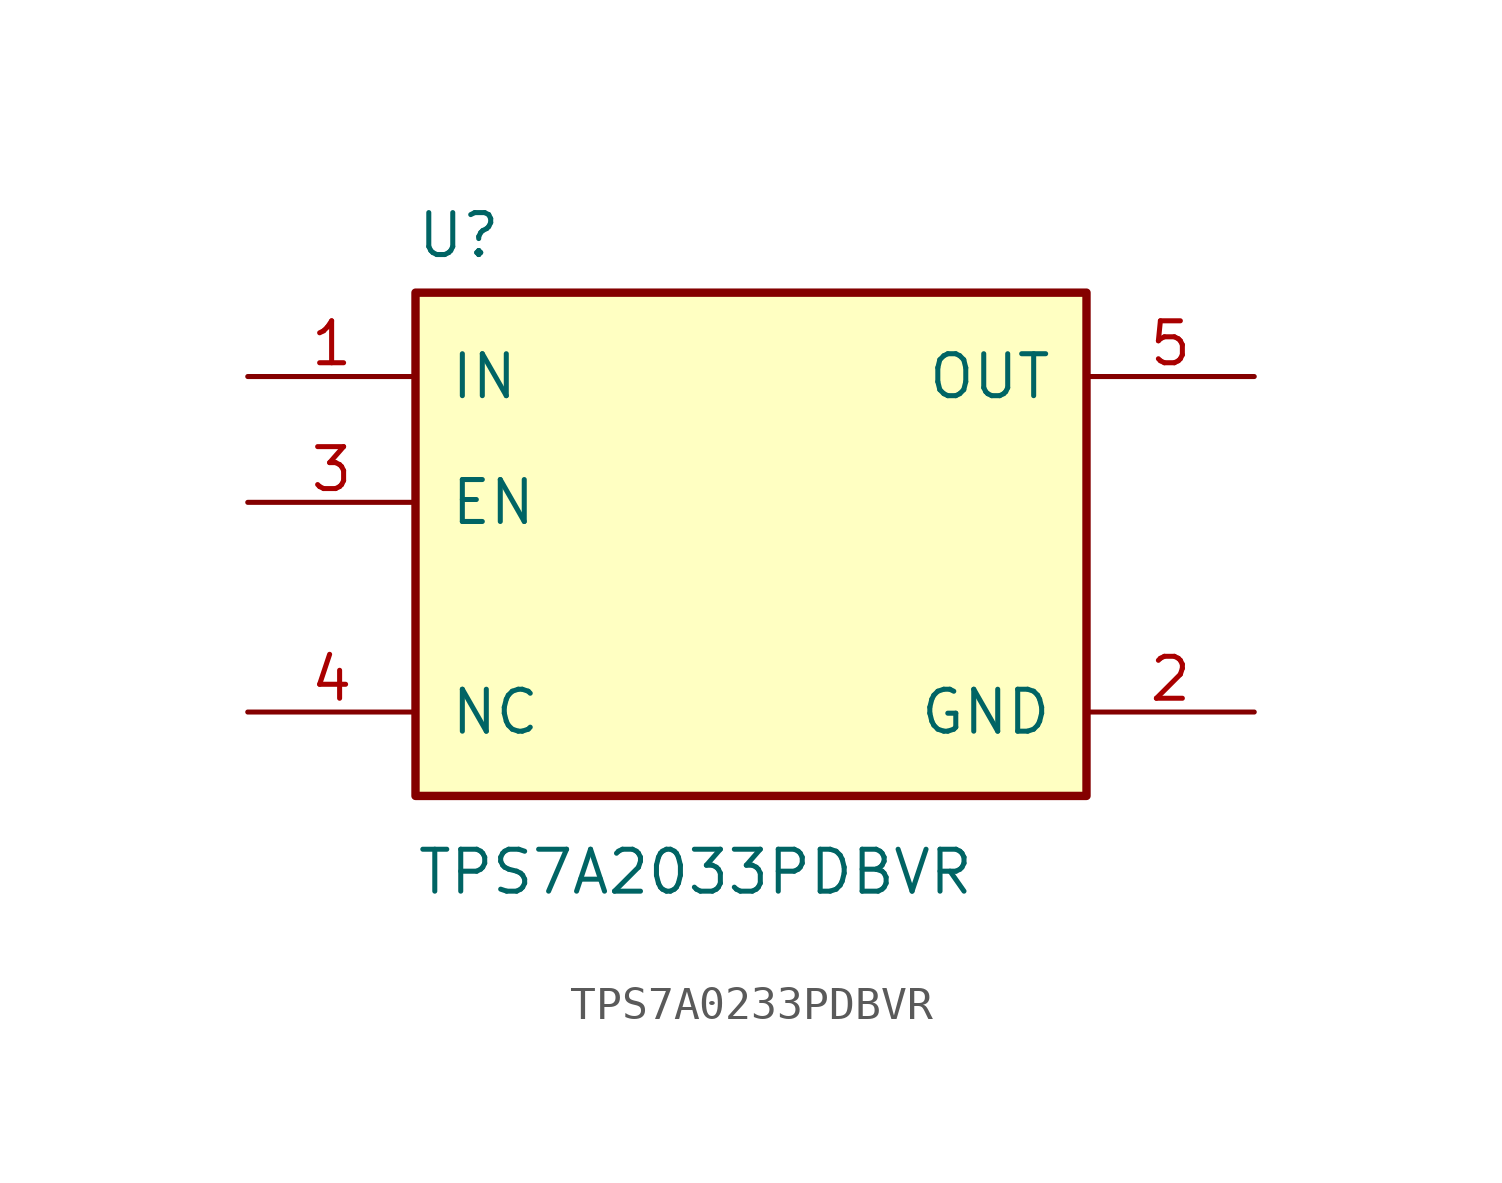
<source format=kicad_sym>
(kicad_symbol_lib
  (version 20231120)
  (generator "kicad_symbol_editor")
  (generator_version "8.0")
  (symbol "TPS7A0233PDBVR"
    (pin_names
      (offset 1.016))
    (property "Reference" "U"
      (at -10.16 8.611 0)
      (effects (font (size 1.27 1.27)) (justify left bottom)))
    (property "Value" "TPS7A2033PDBVR"
      (at -10.16 -10.668 0)
      (effects (font (size 1.27 1.27)) (justify left bottom)))
    (symbol "TPS7A0233PDBVR_1_0"
      (rectangle (start -10.16 7.62) (end 10.16 -7.62) (stroke (width 0.254) (type solid)) (fill (type background)))
      (pin input line (at -15.24 5.08 0) (length 5.08) (name "IN" (effects (font (size 1.27 1.27)))) (number "1" (effects (font (size 1.27 1.27)))))
      (pin power_in line (at 15.24 -5.08 180) (length 5.08) (name "GND" (effects (font (size 1.27 1.27)))) (number "2" (effects (font (size 1.27 1.27)))))
      (pin input line (at -15.24 1.27 0) (length 5.08) (name "EN" (effects (font (size 1.27 1.27)))) (number "3" (effects (font (size 1.27 1.27)))))
      (pin input line (at -15.24 -5.08 0) (length 5.08) (name "NC" (effects (font (size 1.27 1.27)))) (number "4" (effects (font (size 1.27 1.27)))))
      (pin power_out line (at 15.24 5.08 180) (length 5.08) (name "OUT" (effects (font (size 1.27 1.27)))) (number "5" (effects (font (size 1.27 1.27))))))))
</source>
